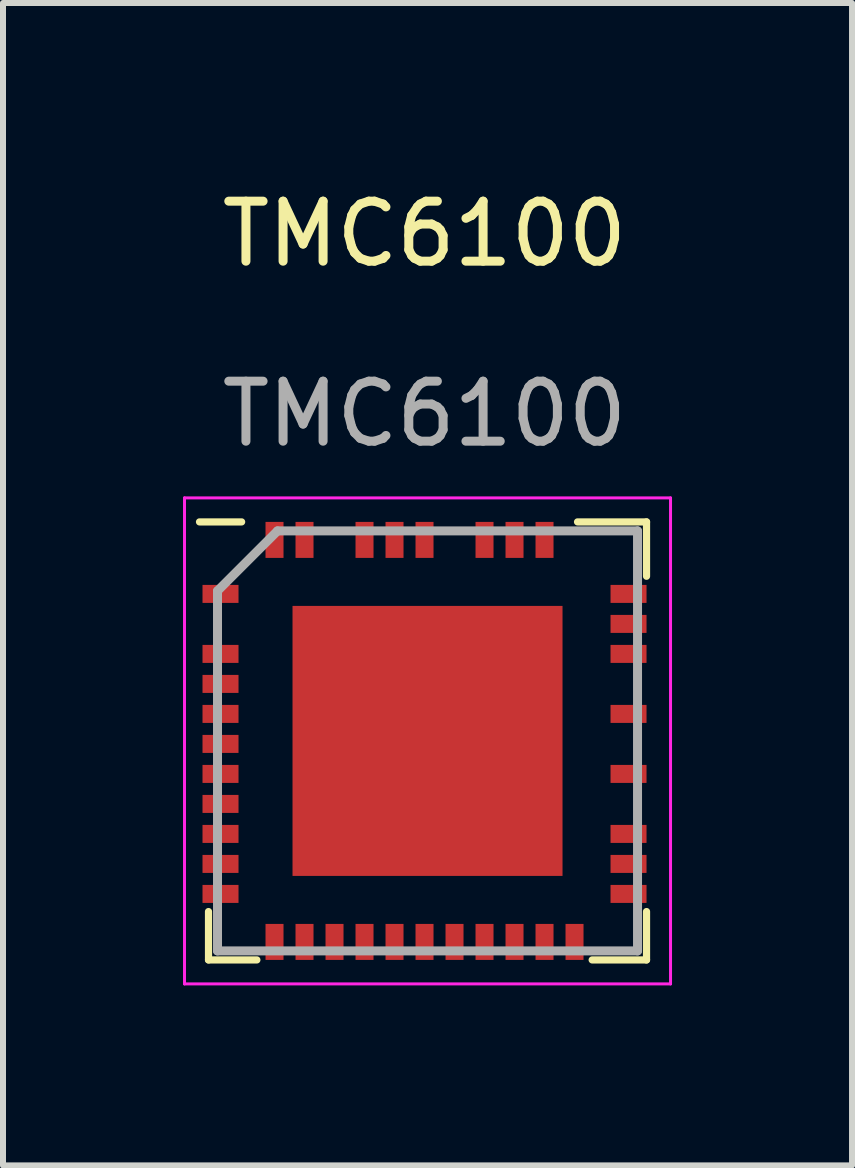
<source format=kicad_pcb>
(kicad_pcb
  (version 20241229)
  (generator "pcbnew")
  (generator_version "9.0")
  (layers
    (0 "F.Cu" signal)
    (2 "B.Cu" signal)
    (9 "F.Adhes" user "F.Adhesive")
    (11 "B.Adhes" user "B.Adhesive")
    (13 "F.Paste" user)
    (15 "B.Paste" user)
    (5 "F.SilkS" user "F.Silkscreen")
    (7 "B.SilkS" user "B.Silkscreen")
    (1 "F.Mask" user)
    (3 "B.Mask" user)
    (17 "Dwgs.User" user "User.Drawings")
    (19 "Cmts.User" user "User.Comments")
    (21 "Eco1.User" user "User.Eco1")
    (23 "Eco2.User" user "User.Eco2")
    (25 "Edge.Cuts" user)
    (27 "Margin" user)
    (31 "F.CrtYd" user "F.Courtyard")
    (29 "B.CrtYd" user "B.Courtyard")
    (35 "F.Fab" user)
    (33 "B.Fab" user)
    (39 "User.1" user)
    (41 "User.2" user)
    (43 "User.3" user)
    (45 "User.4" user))
  (footprint "TMC6100"
    (layer "F.Cu")
    (at 4.025 9.348)
    (property "Reference" "TMC6100" (at 0 -8.5 0) (unlocked yes) (layer "F.SilkS") (effects (font (size 1 1) (thickness 0.15))))
    (attr smd)
    (fp_line (start -3.6 3.6) (end -3.6 2.794) (stroke (width 0.12) (type solid)) (layer "F.SilkS"))
    (fp_line (start -3.048 -3.7) (end -3.75 -3.7) (stroke (width 0.12) (type solid)) (layer "F.SilkS"))
    (fp_line (start -2.794 3.6) (end -3.6 3.6) (stroke (width 0.12) (type solid)) (layer "F.SilkS"))
    (fp_line (start 2.55 -3.7) (end 3.7 -3.7) (stroke (width 0.12) (type solid)) (layer "F.SilkS"))
    (fp_line (start 2.794 3.6) (end 3.7 3.6) (stroke (width 0.12) (type solid)) (layer "F.SilkS"))
    (fp_line (start 3.7 -3.7) (end 3.7 -2.794) (stroke (width 0.12) (type solid)) (layer "F.SilkS"))
    (fp_line (start 3.7 3.6) (end 3.7 2.794) (stroke (width 0.12) (type solid)) (layer "F.SilkS"))
    (fp_line (start -4 -4.1) (end 4.1 -4.1) (stroke (width 0.05) (type solid)) (layer "F.CrtYd"))
    (fp_line (start -4 4) (end -4 -4.1) (stroke (width 0.05) (type solid)) (layer "F.CrtYd"))
    (fp_line (start 4.1 -4.1) (end 4.1 4) (stroke (width 0.05) (type solid)) (layer "F.CrtYd"))
    (fp_line (start 4.1 4) (end -4 4) (stroke (width 0.05) (type solid)) (layer "F.CrtYd"))
    (fp_line (start -3.45 -2.55) (end -3.45 3.45) (stroke (width 0.15) (type solid)) (layer "F.Fab"))
    (fp_line (start -3.45 3.45) (end 3.55 3.45) (stroke (width 0.15) (type solid)) (layer "F.Fab"))
    (fp_line (start -2.45 -3.55) (end -3.45 -2.55) (stroke (width 0.15) (type solid)) (layer "F.Fab"))
    (fp_line (start 3.55 -3.55) (end -2.45 -3.55) (stroke (width 0.15) (type solid)) (layer "F.Fab"))
    (fp_line (start 3.55 3.45) (end 3.55 -3.55) (stroke (width 0.15) (type solid)) (layer "F.Fab"))
    (fp_text user "${REFERENCE}" (at 0 -5.5 0) (unlocked yes) (layer "F.Fab") (effects (font (size 1 1) (thickness 0.15))))
    (pad "1" smd rect (at -3.4 -2.5 90) (size 0.3 0.6) (layers "F.Cu" "F.Mask" "F.Paste"))
    (pad "2" smd rect (at -3.4 -1.5 90) (size 0.3 0.6) (layers "F.Cu" "F.Mask" "F.Paste"))
    (pad "3" smd rect (at -3.4 -1 90) (size 0.3 0.6) (layers "F.Cu" "F.Mask" "F.Paste"))
    (pad "4" smd rect (at -3.4 -0.5 90) (size 0.3 0.6) (layers "F.Cu" "F.Mask" "F.Paste"))
    (pad "5" smd rect (at -3.4 0 90) (size 0.3 0.6) (layers "F.Cu" "F.Mask" "F.Paste"))
    (pad "6" smd rect (at -3.4 0.5 90) (size 0.3 0.6) (layers "F.Cu" "F.Mask" "F.Paste"))
    (pad "7" smd rect (at -3.4 1 90) (size 0.3 0.6) (layers "F.Cu" "F.Mask" "F.Paste"))
    (pad "8" smd rect (at -3.4 1.5 90) (size 0.3 0.6) (layers "F.Cu" "F.Mask" "F.Paste"))
    (pad "9" smd rect (at -3.4 2 90) (size 0.3 0.6) (layers "F.Cu" "F.Mask" "F.Paste"))
    (pad "10" smd rect (at -3.4 2.5 270) (size 0.3 0.6) (layers "F.Cu" "F.Mask" "F.Paste"))
    (pad "11" smd rect (at -2.5 3.3) (size 0.3 0.6) (layers "F.Cu" "F.Mask" "F.Paste"))
    (pad "12" smd rect (at -2 3.3) (size 0.3 0.6) (layers "F.Cu" "F.Mask" "F.Paste"))
    (pad "13" smd rect (at -1.5 3.3) (size 0.3 0.6) (layers "F.Cu" "F.Mask" "F.Paste"))
    (pad "14" smd rect (at -1 3.3) (size 0.3 0.6) (layers "F.Cu" "F.Mask" "F.Paste"))
    (pad "15" smd rect (at -0.5 3.3) (size 0.3 0.6) (layers "F.Cu" "F.Mask" "F.Paste"))
    (pad "16" smd rect (at 0 3.3) (size 0.3 0.6) (layers "F.Cu" "F.Mask" "F.Paste"))
    (pad "17" smd rect (at 0.5 3.3) (size 0.3 0.6) (layers "F.Cu" "F.Mask" "F.Paste"))
    (pad "18" smd rect (at 1 3.3) (size 0.3 0.6) (layers "F.Cu" "F.Mask" "F.Paste"))
    (pad "19" smd rect (at 1.5 3.3) (size 0.3 0.6) (layers "F.Cu" "F.Mask" "F.Paste"))
    (pad "20" smd rect (at 2 3.3) (size 0.3 0.6) (layers "F.Cu" "F.Mask" "F.Paste"))
    (pad "21" smd rect (at 2.5 3.3) (size 0.3 0.6) (layers "F.Cu" "F.Mask" "F.Paste"))
    (pad "22" smd rect (at 3.4 2.5 90) (size 0.3 0.6) (layers "F.Cu" "F.Mask" "F.Paste"))
    (pad "23" smd rect (at 3.4 2 90) (size 0.3 0.6) (layers "F.Cu" "F.Mask" "F.Paste"))
    (pad "24" smd rect (at 3.4 1.5 90) (size 0.3 0.6) (layers "F.Cu" "F.Mask" "F.Paste"))
    (pad "25" smd rect (at 3.4 0.5 90) (size 0.3 0.6) (layers "F.Cu" "F.Mask" "F.Paste"))
    (pad "26" smd rect (at 3.4 -0.5 90) (size 0.3 0.6) (layers "F.Cu" "F.Mask" "F.Paste"))
    (pad "27" smd rect (at 3.4 -1.5 90) (size 0.3 0.6) (layers "F.Cu" "F.Mask" "F.Paste"))
    (pad "28" smd rect (at 3.4 -2 270) (size 0.3 0.6) (layers "F.Cu" "F.Mask" "F.Paste"))
    (pad "29" smd rect (at 3.4 -2.5 270) (size 0.3 0.6) (layers "F.Cu" "F.Mask" "F.Paste"))
    (pad "30" smd rect (at 2 -3.4) (size 0.3 0.6) (layers "F.Cu" "F.Mask" "F.Paste"))
    (pad "31" smd rect (at 1.5 -3.4) (size 0.3 0.6) (layers "F.Cu" "F.Mask" "F.Paste"))
    (pad "32" smd rect (at 1 -3.4) (size 0.3 0.6) (layers "F.Cu" "F.Mask" "F.Paste"))
    (pad "33" smd rect (at 0 -3.4) (size 0.3 0.6) (layers "F.Cu" "F.Mask" "F.Paste"))
    (pad "34" smd rect (at -0.5 -3.4) (size 0.3 0.6) (layers "F.Cu" "F.Mask" "F.Paste"))
    (pad "35" smd rect (at -1 -3.4) (size 0.3 0.6) (layers "F.Cu" "F.Mask" "F.Paste"))
    (pad "36" smd rect (at -2 -3.4) (size 0.3 0.6) (layers "F.Cu" "F.Mask" "F.Paste"))
    (pad "37" smd rect (at -2.5 -3.4) (size 0.3 0.6) (layers "F.Cu" "F.Mask" "F.Paste"))
    (pad "PAD" smd rect (at 0.05 -0.05) (size 4.5 4.5) (layers "F.Cu" "F.Mask" "F.Paste")))
  (gr_rect
    (start -3 -3)
    (end 11.15 16.373)
    (stroke (width 0.1) (type default))
    (fill no)
    (layer "Edge.Cuts")))
</source>
